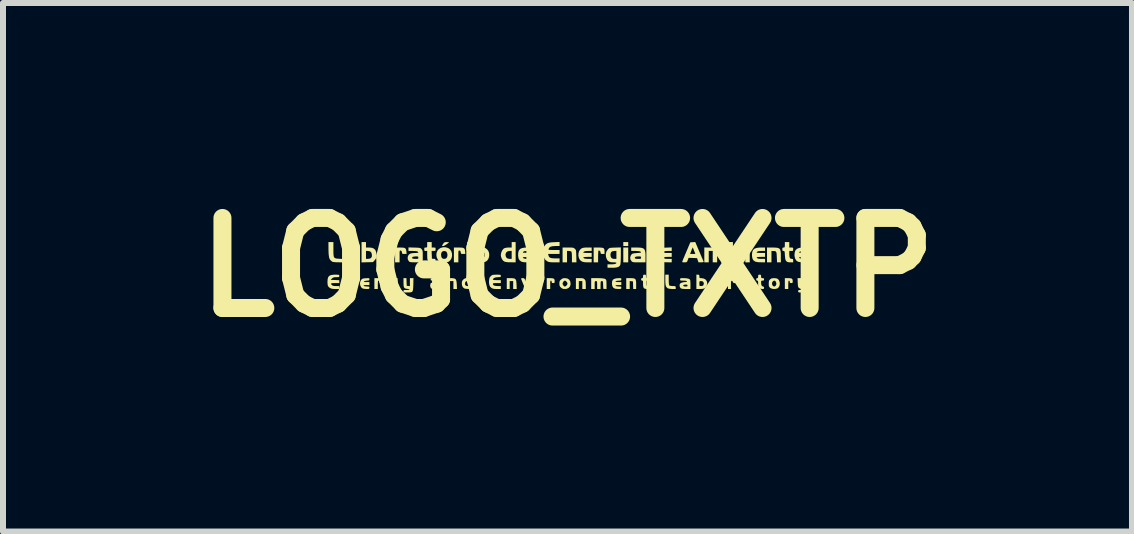
<source format=kicad_pcb>
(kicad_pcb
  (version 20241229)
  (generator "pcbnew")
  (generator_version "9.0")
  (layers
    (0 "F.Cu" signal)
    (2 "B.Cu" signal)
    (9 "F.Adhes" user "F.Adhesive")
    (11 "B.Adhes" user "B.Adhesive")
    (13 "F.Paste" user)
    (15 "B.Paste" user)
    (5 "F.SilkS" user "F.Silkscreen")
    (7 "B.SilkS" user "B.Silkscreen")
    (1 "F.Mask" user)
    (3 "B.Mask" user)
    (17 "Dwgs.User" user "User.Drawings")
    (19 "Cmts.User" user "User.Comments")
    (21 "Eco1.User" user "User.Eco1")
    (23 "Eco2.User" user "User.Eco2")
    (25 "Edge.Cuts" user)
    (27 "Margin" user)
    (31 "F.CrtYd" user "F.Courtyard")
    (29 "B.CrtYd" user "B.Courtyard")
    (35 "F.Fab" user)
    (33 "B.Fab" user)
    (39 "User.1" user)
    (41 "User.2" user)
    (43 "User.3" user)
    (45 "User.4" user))
  (footprint "LOGO_TXTP"
    (layer "F.Cu")
    (at 6.407 1.404)
    (property "Reference" "LOGO_TXTP" (at 0 0 0) (layer "F.SilkS") (effects (font (size 1.5 1.5) (thickness 0.3))))
    (attr board_only exclude_from_pos_files exclude_from_bom)
    (fp_poly (pts (xy -1.597 -0.387) (xy -1.597 -0.354) (xy -1.634 -0.354) (xy -1.671 -0.354) (xy -1.671 -0.387) (xy -1.671 -0.42) (xy -1.634 -0.42) (xy -1.597 -0.42)) (stroke (width 0) (type solid)) (fill yes) (layer "F.SilkS"))
    (fp_poly (pts (xy -1.597 -0.206) (xy -1.597 -0.082) (xy -1.634 -0.082) (xy -1.671 -0.082) (xy -1.671 -0.206) (xy -1.671 -0.329) (xy -1.634 -0.329) (xy -1.597 -0.329)) (stroke (width 0) (type solid)) (fill yes) (layer "F.SilkS"))
    (fp_poly (pts (xy -0.436 0.272) (xy -0.436 0.362) (xy -0.465 0.362) (xy -0.494 0.362) (xy -0.494 0.272) (xy -0.494 0.181) (xy -0.465 0.181) (xy -0.436 0.181)) (stroke (width 0) (type solid)) (fill yes) (layer "F.SilkS"))
    (fp_poly (pts (xy 1.012 -0.387) (xy 1.012 -0.354) (xy 0.971 -0.354) (xy 0.93 -0.354) (xy 0.93 -0.387) (xy 0.93 -0.42) (xy 0.971 -0.42) (xy 1.012 -0.42)) (stroke (width 0) (type solid)) (fill yes) (layer "F.SilkS"))
    (fp_poly (pts (xy 1.012 -0.206) (xy 1.012 -0.082) (xy 0.971 -0.082) (xy 0.93 -0.082) (xy 0.93 -0.206) (xy 0.93 -0.329) (xy 0.971 -0.329) (xy 1.012 -0.329)) (stroke (width 0) (type solid)) (fill yes) (layer "F.SilkS"))
    (fp_poly (pts (xy 3.037 -0.387) (xy 3.037 -0.354) (xy 3 -0.354) (xy 2.963 -0.354) (xy 2.963 -0.387) (xy 2.963 -0.42) (xy 3 -0.42) (xy 3.037 -0.42)) (stroke (width 0) (type solid)) (fill yes) (layer "F.SilkS"))
    (fp_poly (pts (xy 3.037 -0.206) (xy 3.037 -0.082) (xy 3 -0.082) (xy 2.963 -0.082) (xy 2.963 -0.206) (xy 2.963 -0.329) (xy 3 -0.329) (xy 3.037 -0.329)) (stroke (width 0) (type solid)) (fill yes) (layer "F.SilkS"))
    (fp_poly (pts (xy -0.446 0.117) (xy -0.438 0.124) (xy -0.436 0.142) (xy -0.436 0.144) (xy -0.438 0.163) (xy -0.445 0.171) (xy -0.463 0.173) (xy -0.465 0.173) (xy -0.484 0.172) (xy -0.492 0.164) (xy -0.494 0.146) (xy -0.494 0.144) (xy -0.493 0.125) (xy -0.485 0.117) (xy -0.467 0.115) (xy -0.465 0.115)) (stroke (width 0) (type solid)) (fill yes) (layer "F.SilkS"))
    (fp_poly (pts (xy -1.992 -0.419) (xy -1.978 -0.418) (xy -1.975 -0.417) (xy -1.982 -0.408) (xy -1.998 -0.395) (xy -2.02 -0.38) (xy -2.043 -0.366) (xy -2.062 -0.356) (xy -2.071 -0.354) (xy -2.086 -0.355) (xy -2.091 -0.358) (xy -2.087 -0.367) (xy -2.076 -0.384) (xy -2.072 -0.391) (xy -2.059 -0.409) (xy -2.045 -0.417) (xy -2.024 -0.42) (xy -2.014 -0.42)) (stroke (width 0) (type solid)) (fill yes) (layer "F.SilkS"))
    (fp_poly (pts (xy -3.606 0.182) (xy -3.578 0.187) (xy -3.561 0.198) (xy -3.552 0.218) (xy -3.548 0.25) (xy -3.547 0.284) (xy -3.547 0.362) (xy -3.572 0.362) (xy -3.596 0.362) (xy -3.599 0.298) (xy -3.601 0.235) (xy -3.628 0.232) (xy -3.654 0.229) (xy -3.654 0.296) (xy -3.654 0.362) (xy -3.683 0.362) (xy -3.712 0.362) (xy -3.712 0.272) (xy -3.712 0.181) (xy -3.648 0.181)) (stroke (width 0) (type solid)) (fill yes) (layer "F.SilkS"))
    (fp_poly (pts (xy -1.91 0.182) (xy -1.881 0.188) (xy -1.863 0.2) (xy -1.853 0.221) (xy -1.847 0.255) (xy -1.845 0.287) (xy -1.842 0.362) (xy -1.871 0.362) (xy -1.901 0.362) (xy -1.901 0.296) (xy -1.901 0.23) (xy -1.93 0.23) (xy -1.959 0.23) (xy -1.959 0.296) (xy -1.959 0.362) (xy -1.988 0.362) (xy -2.017 0.362) (xy -2.017 0.272) (xy -2.017 0.181) (xy -1.952 0.181)) (stroke (width 0) (type solid)) (fill yes) (layer "F.SilkS"))
    (fp_poly (pts (xy -0.911 0.182) (xy -0.883 0.188) (xy -0.865 0.201) (xy -0.855 0.224) (xy -0.851 0.258) (xy -0.849 0.287) (xy -0.846 0.362) (xy -0.876 0.362) (xy -0.905 0.362) (xy -0.905 0.296) (xy -0.905 0.23) (xy -0.934 0.23) (xy -0.963 0.23) (xy -0.963 0.296) (xy -0.963 0.362) (xy -0.988 0.362) (xy -1.012 0.362) (xy -1.012 0.272) (xy -1.012 0.181) (xy -0.952 0.181)) (stroke (width 0) (type solid)) (fill yes) (layer "F.SilkS"))
    (fp_poly (pts (xy 1.085 0.182) (xy 1.113 0.187) (xy 1.131 0.198) (xy 1.14 0.218) (xy 1.144 0.25) (xy 1.144 0.284) (xy 1.144 0.362) (xy 1.12 0.362) (xy 1.095 0.362) (xy 1.093 0.298) (xy 1.091 0.235) (xy 1.064 0.232) (xy 1.037 0.229) (xy 1.037 0.296) (xy 1.037 0.362) (xy 1.008 0.362) (xy 0.979 0.362) (xy 0.979 0.272) (xy 0.979 0.181) (xy 1.043 0.181)) (stroke (width 0) (type solid)) (fill yes) (layer "F.SilkS"))
    (fp_poly (pts (xy -3.163 0.181) (xy -3.133 0.182) (xy -3.109 0.185) (xy -3.096 0.188) (xy -3.088 0.2) (xy -3.082 0.222) (xy -3.081 0.229) (xy -3.076 0.263) (xy -3.106 0.263) (xy -3.126 0.262) (xy -3.134 0.256) (xy -3.136 0.243) (xy -3.14 0.226) (xy -3.148 0.222) (xy -3.154 0.225) (xy -3.158 0.236) (xy -3.16 0.258) (xy -3.161 0.292) (xy -3.161 0.362) (xy -3.189 0.362) (xy -3.218 0.362) (xy -3.218 0.272) (xy -3.218 0.181)) (stroke (width 0) (type solid)) (fill yes) (layer "F.SilkS"))
    (fp_poly (pts (xy -0.254 0.183) (xy -0.231 0.188) (xy -0.219 0.2) (xy -0.214 0.22) (xy -0.214 0.232) (xy -0.215 0.253) (xy -0.221 0.261) (xy -0.235 0.263) (xy -0.239 0.263) (xy -0.256 0.261) (xy -0.263 0.252) (xy -0.263 0.243) (xy -0.268 0.226) (xy -0.276 0.222) (xy -0.282 0.225) (xy -0.286 0.236) (xy -0.288 0.258) (xy -0.288 0.292) (xy -0.288 0.362) (xy -0.317 0.362) (xy -0.346 0.362) (xy -0.346 0.272) (xy -0.346 0.181) (xy -0.29 0.181)) (stroke (width 0) (type solid)) (fill yes) (layer "F.SilkS"))
    (fp_poly (pts (xy 0.235 0.182) (xy 0.256 0.184) (xy 0.271 0.19) (xy 0.283 0.2) (xy 0.284 0.201) (xy 0.294 0.213) (xy 0.3 0.226) (xy 0.303 0.244) (xy 0.304 0.273) (xy 0.305 0.292) (xy 0.305 0.362) (xy 0.276 0.362) (xy 0.247 0.362) (xy 0.247 0.296) (xy 0.247 0.23) (xy 0.218 0.23) (xy 0.189 0.23) (xy 0.189 0.296) (xy 0.189 0.362) (xy 0.165 0.362) (xy 0.14 0.362) (xy 0.14 0.272) (xy 0.14 0.181) (xy 0.202 0.181)) (stroke (width 0) (type solid)) (fill yes) (layer "F.SilkS"))
    (fp_poly (pts (xy 2.765 0.183) (xy 2.789 0.192) (xy 2.802 0.207) (xy 2.807 0.232) (xy 2.807 0.235) (xy 2.805 0.254) (xy 2.798 0.262) (xy 2.783 0.263) (xy 2.764 0.26) (xy 2.756 0.249) (xy 2.756 0.245) (xy 2.748 0.229) (xy 2.739 0.224) (xy 2.732 0.224) (xy 2.727 0.23) (xy 2.725 0.246) (xy 2.724 0.273) (xy 2.724 0.292) (xy 2.724 0.362) (xy 2.7 0.362) (xy 2.675 0.362) (xy 2.675 0.272) (xy 2.675 0.181) (xy 2.728 0.181)) (stroke (width 0) (type solid)) (fill yes) (layer "F.SilkS"))
    (fp_poly (pts (xy 3.713 0.183) (xy 3.736 0.188) (xy 3.748 0.2) (xy 3.753 0.22) (xy 3.753 0.232) (xy 3.752 0.253) (xy 3.746 0.261) (xy 3.732 0.263) (xy 3.729 0.263) (xy 3.711 0.261) (xy 3.704 0.252) (xy 3.704 0.243) (xy 3.7 0.226) (xy 3.691 0.222) (xy 3.685 0.225) (xy 3.682 0.236) (xy 3.68 0.258) (xy 3.679 0.292) (xy 3.679 0.362) (xy 3.65 0.362) (xy 3.622 0.362) (xy 3.622 0.272) (xy 3.622 0.181) (xy 3.677 0.181)) (stroke (width 0) (type solid)) (fill yes) (layer "F.SilkS"))
    (fp_poly (pts (xy 3.463 -0.328) (xy 3.5 -0.324) (xy 3.526 -0.315) (xy 3.542 -0.298) (xy 3.551 -0.271) (xy 3.555 -0.232) (xy 3.555 -0.183) (xy 3.556 -0.082) (xy 3.524 -0.082) (xy 3.492 -0.082) (xy 3.488 -0.169) (xy 3.486 -0.212) (xy 3.483 -0.24) (xy 3.476 -0.258) (xy 3.465 -0.267) (xy 3.448 -0.271) (xy 3.43 -0.271) (xy 3.399 -0.272) (xy 3.399 -0.177) (xy 3.399 -0.082) (xy 3.362 -0.082) (xy 3.325 -0.082) (xy 3.325 -0.206) (xy 3.325 -0.329) (xy 3.412 -0.329)) (stroke (width 0) (type solid)) (fill yes) (layer "F.SilkS"))
    (fp_poly (pts (xy 0.557 -0.328) (xy 0.586 -0.324) (xy 0.604 -0.316) (xy 0.613 -0.301) (xy 0.617 -0.278) (xy 0.617 -0.263) (xy 0.617 -0.222) (xy 0.584 -0.222) (xy 0.563 -0.223) (xy 0.554 -0.229) (xy 0.552 -0.241) (xy 0.551 -0.246) (xy 0.545 -0.268) (xy 0.527 -0.279) (xy 0.518 -0.28) (xy 0.515 -0.272) (xy 0.513 -0.251) (xy 0.511 -0.22) (xy 0.51 -0.182) (xy 0.51 -0.181) (xy 0.51 -0.082) (xy 0.473 -0.082) (xy 0.436 -0.082) (xy 0.436 -0.206) (xy 0.436 -0.329) (xy 0.514 -0.329)) (stroke (width 0) (type solid)) (fill yes) (layer "F.SilkS"))
    (fp_poly (pts (xy -2.752 -0.328) (xy -2.723 -0.325) (xy -2.704 -0.316) (xy -2.693 -0.302) (xy -2.687 -0.28) (xy -2.685 -0.265) (xy -2.681 -0.222) (xy -2.719 -0.222) (xy -2.742 -0.223) (xy -2.753 -0.227) (xy -2.758 -0.238) (xy -2.759 -0.249) (xy -2.764 -0.269) (xy -2.775 -0.277) (xy -2.78 -0.278) (xy -2.788 -0.279) (xy -2.793 -0.276) (xy -2.796 -0.268) (xy -2.798 -0.25) (xy -2.798 -0.222) (xy -2.798 -0.182) (xy -2.798 -0.082) (xy -2.835 -0.082) (xy -2.873 -0.082) (xy -2.873 -0.206) (xy -2.873 -0.329) (xy -2.796 -0.329)) (stroke (width 0) (type solid)) (fill yes) (layer "F.SilkS"))
    (fp_poly (pts (xy -1.773 -0.328) (xy -1.743 -0.325) (xy -1.724 -0.316) (xy -1.713 -0.302) (xy -1.708 -0.28) (xy -1.706 -0.265) (xy -1.702 -0.222) (xy -1.739 -0.222) (xy -1.762 -0.223) (xy -1.774 -0.227) (xy -1.778 -0.238) (xy -1.779 -0.249) (xy -1.784 -0.269) (xy -1.796 -0.277) (xy -1.8 -0.278) (xy -1.808 -0.279) (xy -1.813 -0.276) (xy -1.817 -0.268) (xy -1.818 -0.25) (xy -1.819 -0.222) (xy -1.819 -0.182) (xy -1.819 -0.082) (xy -1.856 -0.082) (xy -1.893 -0.082) (xy -1.893 -0.206) (xy -1.893 -0.329) (xy -1.816 -0.329)) (stroke (width 0) (type solid)) (fill yes) (layer "F.SilkS"))
    (fp_poly (pts (xy 1.687 0.208) (xy 1.688 0.254) (xy 1.691 0.286) (xy 1.696 0.302) (xy 1.697 0.303) (xy 1.71 0.308) (xy 1.734 0.312) (xy 1.755 0.313) (xy 1.782 0.313) (xy 1.796 0.316) (xy 1.801 0.322) (xy 1.803 0.335) (xy 1.803 0.337) (xy 1.803 0.362) (xy 1.747 0.362) (xy 1.715 0.36) (xy 1.688 0.356) (xy 1.672 0.351) (xy 1.655 0.338) (xy 1.643 0.322) (xy 1.635 0.298) (xy 1.631 0.263) (xy 1.63 0.216) (xy 1.63 0.212) (xy 1.63 0.123) (xy 1.658 0.123) (xy 1.687 0.123)) (stroke (width 0) (type solid)) (fill yes) (layer "F.SilkS"))
    (fp_poly (pts (xy -3.901 -0.298) (xy -3.901 -0.245) (xy -3.899 -0.206) (xy -3.895 -0.179) (xy -3.886 -0.161) (xy -3.871 -0.151) (xy -3.849 -0.145) (xy -3.819 -0.143) (xy -3.807 -0.142) (xy -3.745 -0.138) (xy -3.745 -0.11) (xy -3.745 -0.082) (xy -3.821 -0.083) (xy -3.857 -0.084) (xy -3.887 -0.086) (xy -3.909 -0.089) (xy -3.914 -0.09) (xy -3.931 -0.101) (xy -3.949 -0.117) (xy -3.95 -0.118) (xy -3.962 -0.135) (xy -3.971 -0.158) (xy -3.977 -0.189) (xy -3.981 -0.231) (xy -3.983 -0.286) (xy -3.983 -0.323) (xy -3.984 -0.42) (xy -3.943 -0.42) (xy -3.901 -0.42)) (stroke (width 0) (type solid)) (fill yes) (layer "F.SilkS"))
    (fp_poly (pts (xy 0.048 -0.329) (xy 0.075 -0.328) (xy 0.094 -0.325) (xy 0.107 -0.32) (xy 0.118 -0.312) (xy 0.121 -0.309) (xy 0.131 -0.301) (xy 0.137 -0.291) (xy 0.141 -0.279) (xy 0.144 -0.259) (xy 0.145 -0.23) (xy 0.147 -0.187) (xy 0.147 -0.186) (xy 0.149 -0.082) (xy 0.112 -0.082) (xy 0.074 -0.082) (xy 0.074 -0.167) (xy 0.073 -0.213) (xy 0.07 -0.244) (xy 0.065 -0.261) (xy 0.064 -0.262) (xy 0.05 -0.268) (xy 0.027 -0.272) (xy 0.023 -0.272) (xy -0.008 -0.272) (xy -0.008 -0.177) (xy -0.008 -0.082) (xy -0.045 -0.082) (xy -0.082 -0.082) (xy -0.082 -0.206) (xy -0.082 -0.329) (xy 0.008 -0.329)) (stroke (width 0) (type solid)) (fill yes) (layer "F.SilkS"))
    (fp_poly (pts (xy -3.358 -0.374) (xy -3.358 -0.329) (xy -3.308 -0.329) (xy -3.261 -0.325) (xy -3.226 -0.311) (xy -3.202 -0.287) (xy -3.188 -0.251) (xy -3.183 -0.202) (xy -3.184 -0.175) (xy -3.193 -0.144) (xy -3.213 -0.117) (xy -3.242 -0.086) (xy -3.337 -0.084) (xy -3.432 -0.081) (xy -3.432 -0.25) (xy -3.432 -0.272) (xy -3.358 -0.272) (xy -3.358 -0.206) (xy -3.358 -0.14) (xy -3.327 -0.14) (xy -3.301 -0.143) (xy -3.279 -0.152) (xy -3.278 -0.153) (xy -3.265 -0.166) (xy -3.26 -0.186) (xy -3.259 -0.202) (xy -3.265 -0.237) (xy -3.281 -0.26) (xy -3.308 -0.27) (xy -3.325 -0.272) (xy -3.358 -0.272) (xy -3.432 -0.272) (xy -3.432 -0.42) (xy -3.395 -0.42) (xy -3.358 -0.42)) (stroke (width 0) (type solid)) (fill yes) (layer "F.SilkS"))
    (fp_poly (pts (xy 2.436 -0.328) (xy 2.497 -0.327) (xy 2.544 -0.325) (xy 2.578 -0.321) (xy 2.602 -0.314) (xy 2.617 -0.301) (xy 2.626 -0.282) (xy 2.63 -0.255) (xy 2.632 -0.219) (xy 2.632 -0.185) (xy 2.635 -0.082) (xy 2.597 -0.082) (xy 2.56 -0.082) (xy 2.56 -0.167) (xy 2.559 -0.211) (xy 2.556 -0.24) (xy 2.55 -0.258) (xy 2.54 -0.268) (xy 2.525 -0.271) (xy 2.517 -0.272) (xy 2.494 -0.272) (xy 2.494 -0.177) (xy 2.494 -0.082) (xy 2.457 -0.082) (xy 2.42 -0.082) (xy 2.42 -0.177) (xy 2.42 -0.272) (xy 2.387 -0.272) (xy 2.354 -0.272) (xy 2.354 -0.177) (xy 2.354 -0.082) (xy 2.317 -0.082) (xy 2.28 -0.082) (xy 2.28 -0.206) (xy 2.28 -0.33)) (stroke (width 0) (type solid)) (fill yes) (layer "F.SilkS"))
    (fp_poly (pts (xy -0.864 -0.251) (xy -0.864 -0.082) (xy -0.944 -0.083) (xy -0.993 -0.084) (xy -1.03 -0.089) (xy -1.052 -0.095) (xy -1.076 -0.113) (xy -1.095 -0.142) (xy -1.108 -0.178) (xy -1.111 -0.206) (xy -1.033 -0.206) (xy -1.026 -0.173) (xy -1.008 -0.151) (xy -0.978 -0.141) (xy -0.962 -0.14) (xy -0.93 -0.14) (xy -0.93 -0.206) (xy -0.93 -0.272) (xy -0.962 -0.272) (xy -0.997 -0.266) (xy -1.02 -0.249) (xy -1.032 -0.221) (xy -1.033 -0.206) (xy -1.111 -0.206) (xy -1.105 -0.241) (xy -1.091 -0.276) (xy -1.071 -0.304) (xy -1.055 -0.316) (xy -1.03 -0.324) (xy -0.996 -0.329) (xy -0.98 -0.329) (xy -0.93 -0.329) (xy -0.93 -0.374) (xy -0.93 -0.42) (xy -0.897 -0.42) (xy -0.864 -0.42)) (stroke (width 0) (type solid)) (fill yes) (layer "F.SilkS"))
    (fp_poly (pts (xy -1.589 0.243) (xy -1.589 0.362) (xy -1.644 0.362) (xy -1.675 0.36) (xy -1.702 0.357) (xy -1.717 0.354) (xy -1.742 0.335) (xy -1.757 0.305) (xy -1.76 0.281) (xy -1.709 0.281) (xy -1.7 0.301) (xy -1.679 0.312) (xy -1.667 0.313) (xy -1.638 0.313) (xy -1.638 0.272) (xy -1.638 0.23) (xy -1.667 0.23) (xy -1.688 0.233) (xy -1.7 0.243) (xy -1.704 0.253) (xy -1.709 0.281) (xy -1.76 0.281) (xy -1.761 0.269) (xy -1.759 0.241) (xy -1.751 0.222) (xy -1.737 0.205) (xy -1.717 0.189) (xy -1.696 0.182) (xy -1.676 0.181) (xy -1.653 0.18) (xy -1.642 0.176) (xy -1.638 0.166) (xy -1.638 0.152) (xy -1.637 0.133) (xy -1.63 0.125) (xy -1.613 0.123) (xy -1.589 0.123)) (stroke (width 0) (type solid)) (fill yes) (layer "F.SilkS"))
    (fp_poly (pts (xy 2.757 -0.374) (xy 2.757 -0.329) (xy 2.805 -0.329) (xy 2.835 -0.327) (xy 2.861 -0.323) (xy 2.872 -0.319) (xy 2.901 -0.296) (xy 2.92 -0.263) (xy 2.929 -0.225) (xy 2.929 -0.185) (xy 2.919 -0.147) (xy 2.899 -0.115) (xy 2.879 -0.099) (xy 2.863 -0.091) (xy 2.845 -0.086) (xy 2.819 -0.083) (xy 2.782 -0.082) (xy 2.768 -0.082) (xy 2.683 -0.082) (xy 2.683 -0.251) (xy 2.683 -0.272) (xy 2.757 -0.272) (xy 2.757 -0.206) (xy 2.757 -0.14) (xy 2.79 -0.14) (xy 2.824 -0.146) (xy 2.84 -0.156) (xy 2.853 -0.182) (xy 2.856 -0.205) (xy 2.849 -0.237) (xy 2.829 -0.259) (xy 2.799 -0.271) (xy 2.785 -0.272) (xy 2.757 -0.272) (xy 2.683 -0.272) (xy 2.683 -0.42) (xy 2.72 -0.42) (xy 2.757 -0.42)) (stroke (width 0) (type solid)) (fill yes) (layer "F.SilkS"))
    (fp_poly (pts (xy -0.73 0.182) (xy -0.719 0.188) (xy -0.71 0.202) (xy -0.7 0.228) (xy -0.699 0.228) (xy -0.689 0.254) (xy -0.68 0.274) (xy -0.675 0.282) (xy -0.67 0.278) (xy -0.66 0.263) (xy -0.649 0.238) (xy -0.649 0.237) (xy -0.637 0.209) (xy -0.627 0.194) (xy -0.617 0.186) (xy -0.602 0.183) (xy -0.597 0.183) (xy -0.576 0.182) (xy -0.569 0.187) (xy -0.57 0.191) (xy -0.575 0.203) (xy -0.585 0.226) (xy -0.599 0.256) (xy -0.61 0.282) (xy -0.625 0.317) (xy -0.637 0.341) (xy -0.646 0.354) (xy -0.654 0.36) (xy -0.665 0.362) (xy -0.674 0.362) (xy -0.704 0.362) (xy -0.739 0.277) (xy -0.753 0.243) (xy -0.764 0.214) (xy -0.772 0.194) (xy -0.774 0.187) (xy -0.766 0.183) (xy -0.749 0.181) (xy -0.746 0.181)) (stroke (width 0) (type solid)) (fill yes) (layer "F.SilkS"))
    (fp_poly (pts (xy 3.478 0.184) (xy 3.503 0.193) (xy 3.521 0.212) (xy 3.527 0.222) (xy 3.537 0.256) (xy 3.537 0.29) (xy 3.527 0.322) (xy 3.508 0.346) (xy 3.493 0.354) (xy 3.456 0.362) (xy 3.418 0.36) (xy 3.386 0.349) (xy 3.377 0.342) (xy 3.364 0.329) (xy 3.357 0.315) (xy 3.354 0.294) (xy 3.354 0.272) (xy 3.408 0.272) (xy 3.413 0.296) (xy 3.427 0.314) (xy 3.445 0.321) (xy 3.459 0.316) (xy 3.469 0.308) (xy 3.479 0.288) (xy 3.48 0.265) (xy 3.473 0.242) (xy 3.459 0.226) (xy 3.445 0.222) (xy 3.427 0.23) (xy 3.413 0.248) (xy 3.408 0.272) (xy 3.354 0.272) (xy 3.355 0.242) (xy 3.359 0.224) (xy 3.367 0.211) (xy 3.377 0.201) (xy 3.398 0.187) (xy 3.424 0.182) (xy 3.441 0.181)) (stroke (width 0) (type solid)) (fill yes) (layer "F.SilkS"))
    (fp_poly (pts (xy -2.682 0.245) (xy -2.679 0.309) (xy -2.652 0.311) (xy -2.626 0.314) (xy -2.626 0.247) (xy -2.626 0.181) (xy -2.596 0.181) (xy -2.567 0.181) (xy -2.569 0.289) (xy -2.571 0.338) (xy -2.574 0.373) (xy -2.58 0.396) (xy -2.591 0.41) (xy -2.609 0.417) (xy -2.636 0.419) (xy -2.668 0.42) (xy -2.701 0.42) (xy -2.72 0.418) (xy -2.729 0.414) (xy -2.732 0.407) (xy -2.733 0.399) (xy -2.732 0.388) (xy -2.726 0.382) (xy -2.711 0.379) (xy -2.685 0.379) (xy -2.684 0.379) (xy -2.653 0.377) (xy -2.635 0.374) (xy -2.632 0.369) (xy -2.642 0.364) (xy -2.668 0.36) (xy -2.695 0.356) (xy -2.714 0.348) (xy -2.725 0.333) (xy -2.731 0.308) (xy -2.732 0.27) (xy -2.733 0.254) (xy -2.733 0.181) (xy -2.708 0.181) (xy -2.684 0.181)) (stroke (width 0) (type solid)) (fill yes) (layer "F.SilkS"))
    (fp_poly (pts (xy -0.002 0.187) (xy 0.028 0.206) (xy 0.046 0.236) (xy 0.048 0.243) (xy 0.052 0.283) (xy 0.042 0.318) (xy 0.019 0.344) (xy -0.014 0.359) (xy -0.042 0.362) (xy -0.071 0.36) (xy -0.093 0.351) (xy -0.108 0.339) (xy -0.124 0.322) (xy -0.132 0.306) (xy -0.135 0.283) (xy -0.135 0.272) (xy -0.082 0.272) (xy -0.077 0.29) (xy -0.065 0.308) (xy -0.051 0.32) (xy -0.045 0.321) (xy -0.031 0.316) (xy -0.016 0.305) (xy -0.004 0.287) (xy 0 0.272) (xy -0.006 0.253) (xy -0.021 0.235) (xy -0.038 0.223) (xy -0.045 0.222) (xy -0.059 0.229) (xy -0.072 0.245) (xy -0.081 0.264) (xy -0.082 0.272) (xy -0.135 0.272) (xy -0.134 0.244) (xy -0.128 0.226) (xy -0.115 0.211) (xy -0.108 0.205) (xy -0.087 0.189) (xy -0.064 0.182) (xy -0.042 0.181)) (stroke (width 0) (type solid)) (fill yes) (layer "F.SilkS"))
    (fp_poly (pts (xy 2.189 0.125) (xy 2.196 0.133) (xy 2.198 0.152) (xy 2.199 0.171) (xy 2.205 0.179) (xy 2.221 0.181) (xy 2.231 0.181) (xy 2.272 0.188) (xy 2.303 0.206) (xy 2.322 0.234) (xy 2.329 0.268) (xy 2.32 0.307) (xy 2.317 0.317) (xy 2.302 0.338) (xy 2.282 0.352) (xy 2.252 0.36) (xy 2.209 0.362) (xy 2.205 0.362) (xy 2.148 0.362) (xy 2.148 0.272) (xy 2.198 0.272) (xy 2.198 0.296) (xy 2.201 0.308) (xy 2.21 0.312) (xy 2.225 0.313) (xy 2.247 0.31) (xy 2.262 0.303) (xy 2.262 0.303) (xy 2.269 0.287) (xy 2.272 0.272) (xy 2.266 0.247) (xy 2.249 0.234) (xy 2.225 0.23) (xy 2.209 0.231) (xy 2.201 0.236) (xy 2.198 0.25) (xy 2.198 0.272) (xy 2.148 0.272) (xy 2.148 0.243) (xy 2.148 0.123) (xy 2.173 0.123)) (stroke (width 0) (type solid)) (fill yes) (layer "F.SilkS"))
    (fp_poly (pts (xy 0.403 -0.3) (xy 0.403 -0.272) (xy 0.343 -0.272) (xy 0.302 -0.27) (xy 0.277 -0.263) (xy 0.265 -0.252) (xy 0.263 -0.245) (xy 0.271 -0.242) (xy 0.291 -0.24) (xy 0.32 -0.239) (xy 0.333 -0.239) (xy 0.403 -0.239) (xy 0.403 -0.206) (xy 0.403 -0.173) (xy 0.333 -0.173) (xy 0.302 -0.172) (xy 0.278 -0.17) (xy 0.265 -0.167) (xy 0.263 -0.166) (xy 0.27 -0.153) (xy 0.289 -0.144) (xy 0.324 -0.14) (xy 0.343 -0.14) (xy 0.403 -0.14) (xy 0.403 -0.111) (xy 0.403 -0.082) (xy 0.335 -0.082) (xy 0.29 -0.084) (xy 0.257 -0.09) (xy 0.239 -0.097) (xy 0.21 -0.119) (xy 0.191 -0.152) (xy 0.182 -0.19) (xy 0.183 -0.229) (xy 0.193 -0.267) (xy 0.214 -0.298) (xy 0.232 -0.313) (xy 0.25 -0.321) (xy 0.272 -0.326) (xy 0.302 -0.329) (xy 0.331 -0.329) (xy 0.403 -0.329)) (stroke (width 0) (type solid)) (fill yes) (layer "F.SilkS"))
    (fp_poly (pts (xy 3.292 -0.3) (xy 3.292 -0.272) (xy 3.232 -0.272) (xy 3.191 -0.27) (xy 3.166 -0.263) (xy 3.154 -0.252) (xy 3.152 -0.245) (xy 3.16 -0.242) (xy 3.18 -0.24) (xy 3.209 -0.239) (xy 3.222 -0.239) (xy 3.292 -0.239) (xy 3.292 -0.206) (xy 3.292 -0.173) (xy 3.222 -0.173) (xy 3.191 -0.172) (xy 3.167 -0.17) (xy 3.154 -0.167) (xy 3.152 -0.166) (xy 3.159 -0.153) (xy 3.178 -0.144) (xy 3.212 -0.14) (xy 3.232 -0.14) (xy 3.292 -0.14) (xy 3.292 -0.111) (xy 3.292 -0.082) (xy 3.224 -0.083) (xy 3.186 -0.084) (xy 3.153 -0.088) (xy 3.131 -0.094) (xy 3.13 -0.094) (xy 3.102 -0.112) (xy 3.084 -0.139) (xy 3.076 -0.177) (xy 3.074 -0.206) (xy 3.078 -0.25) (xy 3.09 -0.284) (xy 3.112 -0.307) (xy 3.146 -0.321) (xy 3.192 -0.328) (xy 3.226 -0.329) (xy 3.292 -0.329)) (stroke (width 0) (type solid)) (fill yes) (layer "F.SilkS"))
    (fp_poly (pts (xy 3.893 0.247) (xy 3.893 0.313) (xy 3.922 0.313) (xy 3.951 0.313) (xy 3.951 0.247) (xy 3.951 0.181) (xy 3.975 0.181) (xy 4 0.181) (xy 4 0.287) (xy 4 0.336) (xy 3.998 0.372) (xy 3.992 0.395) (xy 3.981 0.41) (xy 3.964 0.417) (xy 3.937 0.419) (xy 3.907 0.42) (xy 3.875 0.42) (xy 3.856 0.418) (xy 3.847 0.414) (xy 3.844 0.407) (xy 3.844 0.399) (xy 3.845 0.388) (xy 3.851 0.382) (xy 3.865 0.379) (xy 3.892 0.379) (xy 3.893 0.379) (xy 3.92 0.377) (xy 3.939 0.374) (xy 3.947 0.37) (xy 3.943 0.365) (xy 3.925 0.362) (xy 3.915 0.362) (xy 3.879 0.357) (xy 3.859 0.346) (xy 3.85 0.337) (xy 3.844 0.325) (xy 3.84 0.307) (xy 3.838 0.278) (xy 3.837 0.256) (xy 3.834 0.181) (xy 3.864 0.181) (xy 3.893 0.181)) (stroke (width 0) (type solid)) (fill yes) (layer "F.SilkS"))
    (fp_poly (pts (xy 4 -0.3) (xy 4 -0.272) (xy 3.946 -0.272) (xy 3.905 -0.269) (xy 3.877 -0.263) (xy 3.862 -0.253) (xy 3.86 -0.247) (xy 3.868 -0.243) (xy 3.888 -0.24) (xy 3.919 -0.239) (xy 3.93 -0.239) (xy 4 -0.239) (xy 4 -0.206) (xy 4 -0.173) (xy 3.93 -0.173) (xy 3.899 -0.172) (xy 3.874 -0.17) (xy 3.861 -0.167) (xy 3.86 -0.166) (xy 3.867 -0.153) (xy 3.886 -0.144) (xy 3.92 -0.14) (xy 3.94 -0.14) (xy 4 -0.14) (xy 4 -0.111) (xy 4 -0.082) (xy 3.932 -0.083) (xy 3.894 -0.084) (xy 3.861 -0.088) (xy 3.838 -0.094) (xy 3.838 -0.094) (xy 3.81 -0.115) (xy 3.792 -0.149) (xy 3.783 -0.193) (xy 3.783 -0.206) (xy 3.787 -0.251) (xy 3.8 -0.284) (xy 3.824 -0.308) (xy 3.86 -0.322) (xy 3.909 -0.329) (xy 3.934 -0.329) (xy 4 -0.329)) (stroke (width 0) (type solid)) (fill yes) (layer "F.SilkS"))
    (fp_poly (pts (xy -3.015 -0.333) (xy -2.978 -0.324) (xy -2.945 -0.305) (xy -2.92 -0.277) (xy -2.905 -0.241) (xy -2.902 -0.196) (xy -2.911 -0.153) (xy -2.931 -0.117) (xy -2.961 -0.092) (xy -2.963 -0.091) (xy -2.985 -0.084) (xy -3.017 -0.079) (xy -3.05 -0.079) (xy -3.077 -0.082) (xy -3.077 -0.082) (xy -3.114 -0.099) (xy -3.141 -0.128) (xy -3.158 -0.166) (xy -3.163 -0.206) (xy -3.087 -0.206) (xy -3.081 -0.172) (xy -3.065 -0.15) (xy -3.041 -0.14) (xy -3.035 -0.14) (xy -3.012 -0.144) (xy -2.995 -0.154) (xy -2.983 -0.173) (xy -2.98 -0.204) (xy -2.984 -0.239) (xy -2.999 -0.261) (xy -3.024 -0.271) (xy -3.034 -0.272) (xy -3.061 -0.265) (xy -3.079 -0.245) (xy -3.086 -0.213) (xy -3.087 -0.206) (xy -3.163 -0.206) (xy -3.163 -0.211) (xy -3.16 -0.24) (xy -3.146 -0.277) (xy -3.122 -0.305) (xy -3.09 -0.324) (xy -3.053 -0.333)) (stroke (width 0) (type solid)) (fill yes) (layer "F.SilkS"))
    (fp_poly (pts (xy -2.031 -0.333) (xy -1.99 -0.321) (xy -1.961 -0.301) (xy -1.937 -0.269) (xy -1.925 -0.23) (xy -1.924 -0.189) (xy -1.933 -0.15) (xy -1.954 -0.115) (xy -1.984 -0.091) (xy -2.006 -0.084) (xy -2.037 -0.079) (xy -2.07 -0.079) (xy -2.098 -0.082) (xy -2.098 -0.082) (xy -2.133 -0.098) (xy -2.16 -0.126) (xy -2.178 -0.161) (xy -2.185 -0.2) (xy -2.185 -0.207) (xy -2.107 -0.207) (xy -2.102 -0.172) (xy -2.088 -0.15) (xy -2.063 -0.14) (xy -2.053 -0.14) (xy -2.026 -0.146) (xy -2.013 -0.158) (xy -2.004 -0.179) (xy -2 -0.205) (xy -2 -0.206) (xy -2.006 -0.239) (xy -2.021 -0.262) (xy -2.046 -0.271) (xy -2.051 -0.272) (xy -2.081 -0.266) (xy -2.099 -0.248) (xy -2.107 -0.218) (xy -2.107 -0.207) (xy -2.185 -0.207) (xy -2.182 -0.24) (xy -2.167 -0.277) (xy -2.15 -0.298) (xy -2.116 -0.322) (xy -2.075 -0.333)) (stroke (width 0) (type solid)) (fill yes) (layer "F.SilkS"))
    (fp_poly (pts (xy 0.551 0.182) (xy 0.589 0.185) (xy 0.615 0.19) (xy 0.633 0.198) (xy 0.644 0.209) (xy 0.647 0.221) (xy 0.649 0.245) (xy 0.65 0.277) (xy 0.65 0.291) (xy 0.65 0.363) (xy 0.623 0.361) (xy 0.597 0.358) (xy 0.594 0.294) (xy 0.593 0.262) (xy 0.591 0.243) (xy 0.586 0.234) (xy 0.579 0.231) (xy 0.572 0.23) (xy 0.562 0.231) (xy 0.556 0.236) (xy 0.553 0.247) (xy 0.552 0.269) (xy 0.551 0.296) (xy 0.551 0.362) (xy 0.523 0.362) (xy 0.494 0.362) (xy 0.494 0.296) (xy 0.494 0.264) (xy 0.492 0.244) (xy 0.489 0.234) (xy 0.482 0.231) (xy 0.473 0.23) (xy 0.463 0.231) (xy 0.457 0.236) (xy 0.454 0.247) (xy 0.453 0.269) (xy 0.453 0.296) (xy 0.453 0.362) (xy 0.424 0.362) (xy 0.395 0.362) (xy 0.395 0.272) (xy 0.395 0.181) (xy 0.498 0.181)) (stroke (width 0) (type solid)) (fill yes) (layer "F.SilkS"))
    (fp_poly (pts (xy -1.409 -0.333) (xy -1.368 -0.32) (xy -1.339 -0.299) (xy -1.316 -0.267) (xy -1.305 -0.228) (xy -1.305 -0.187) (xy -1.315 -0.148) (xy -1.335 -0.115) (xy -1.357 -0.097) (xy -1.389 -0.085) (xy -1.428 -0.079) (xy -1.466 -0.08) (xy -1.482 -0.083) (xy -1.52 -0.101) (xy -1.546 -0.129) (xy -1.56 -0.167) (xy -1.562 -0.206) (xy -1.49 -0.206) (xy -1.486 -0.18) (xy -1.477 -0.159) (xy -1.477 -0.158) (xy -1.458 -0.144) (xy -1.433 -0.14) (xy -1.408 -0.147) (xy -1.395 -0.156) (xy -1.384 -0.179) (xy -1.381 -0.206) (xy -1.386 -0.24) (xy -1.403 -0.262) (xy -1.43 -0.271) (xy -1.437 -0.272) (xy -1.464 -0.265) (xy -1.482 -0.245) (xy -1.49 -0.213) (xy -1.49 -0.206) (xy -1.562 -0.206) (xy -1.562 -0.216) (xy -1.562 -0.22) (xy -1.559 -0.251) (xy -1.554 -0.27) (xy -1.544 -0.286) (xy -1.53 -0.3) (xy -1.494 -0.323) (xy -1.452 -0.334)) (stroke (width 0) (type solid)) (fill yes) (layer "F.SilkS"))
    (fp_poly (pts (xy -0.601 -0.3) (xy -0.601 -0.272) (xy -0.662 -0.272) (xy -0.697 -0.271) (xy -0.72 -0.267) (xy -0.734 -0.26) (xy -0.738 -0.257) (xy -0.743 -0.25) (xy -0.743 -0.246) (xy -0.733 -0.243) (xy -0.712 -0.242) (xy -0.677 -0.24) (xy -0.676 -0.24) (xy -0.601 -0.238) (xy -0.601 -0.206) (xy -0.601 -0.173) (xy -0.676 -0.171) (xy -0.712 -0.17) (xy -0.733 -0.168) (xy -0.743 -0.166) (xy -0.743 -0.161) (xy -0.738 -0.154) (xy -0.738 -0.154) (xy -0.725 -0.146) (xy -0.706 -0.142) (xy -0.675 -0.14) (xy -0.662 -0.14) (xy -0.601 -0.14) (xy -0.601 -0.111) (xy -0.601 -0.082) (xy -0.673 -0.082) (xy -0.722 -0.084) (xy -0.756 -0.09) (xy -0.772 -0.096) (xy -0.798 -0.116) (xy -0.815 -0.144) (xy -0.822 -0.184) (xy -0.823 -0.206) (xy -0.82 -0.25) (xy -0.808 -0.284) (xy -0.787 -0.307) (xy -0.754 -0.321) (xy -0.709 -0.328) (xy -0.672 -0.329) (xy -0.601 -0.329)) (stroke (width 0) (type solid)) (fill yes) (layer "F.SilkS"))
    (fp_poly (pts (xy -2.263 -0.374) (xy -2.263 -0.329) (xy -2.231 -0.329) (xy -2.209 -0.328) (xy -2.2 -0.323) (xy -2.198 -0.309) (xy -2.198 -0.3) (xy -2.199 -0.282) (xy -2.205 -0.274) (xy -2.221 -0.272) (xy -2.231 -0.272) (xy -2.264 -0.272) (xy -2.262 -0.208) (xy -2.259 -0.144) (xy -2.228 -0.141) (xy -2.208 -0.139) (xy -2.2 -0.131) (xy -2.198 -0.115) (xy -2.198 -0.111) (xy -2.198 -0.082) (xy -2.247 -0.082) (xy -2.278 -0.083) (xy -2.297 -0.088) (xy -2.312 -0.098) (xy -2.317 -0.103) (xy -2.327 -0.114) (xy -2.333 -0.126) (xy -2.336 -0.144) (xy -2.337 -0.171) (xy -2.338 -0.197) (xy -2.338 -0.272) (xy -2.362 -0.272) (xy -2.379 -0.273) (xy -2.386 -0.281) (xy -2.387 -0.3) (xy -2.386 -0.32) (xy -2.379 -0.328) (xy -2.362 -0.329) (xy -2.348 -0.33) (xy -2.341 -0.335) (xy -2.338 -0.348) (xy -2.338 -0.374) (xy -2.338 -0.374) (xy -2.338 -0.42) (xy -2.3 -0.42) (xy -2.263 -0.42)) (stroke (width 0) (type solid)) (fill yes) (layer "F.SilkS"))
    (fp_poly (pts (xy 1.301 0.125) (xy 1.307 0.133) (xy 1.309 0.152) (xy 1.31 0.172) (xy 1.317 0.18) (xy 1.333 0.181) (xy 1.351 0.183) (xy 1.357 0.193) (xy 1.358 0.202) (xy 1.355 0.216) (xy 1.344 0.222) (xy 1.333 0.222) (xy 1.319 0.223) (xy 1.311 0.229) (xy 1.309 0.244) (xy 1.309 0.262) (xy 1.312 0.295) (xy 1.323 0.314) (xy 1.341 0.321) (xy 1.343 0.321) (xy 1.355 0.327) (xy 1.358 0.342) (xy 1.356 0.354) (xy 1.349 0.36) (xy 1.33 0.362) (xy 1.322 0.362) (xy 1.29 0.358) (xy 1.273 0.347) (xy 1.264 0.331) (xy 1.26 0.305) (xy 1.259 0.277) (xy 1.259 0.248) (xy 1.257 0.231) (xy 1.252 0.224) (xy 1.243 0.222) (xy 1.243 0.222) (xy 1.23 0.217) (xy 1.226 0.202) (xy 1.23 0.186) (xy 1.243 0.181) (xy 1.254 0.178) (xy 1.259 0.165) (xy 1.259 0.152) (xy 1.261 0.133) (xy 1.268 0.125) (xy 1.284 0.123)) (stroke (width 0) (type solid)) (fill yes) (layer "F.SilkS"))
    (fp_poly (pts (xy 3.218 0.125) (xy 3.225 0.133) (xy 3.226 0.152) (xy 3.228 0.172) (xy 3.235 0.18) (xy 3.251 0.181) (xy 3.269 0.183) (xy 3.275 0.193) (xy 3.276 0.202) (xy 3.273 0.216) (xy 3.262 0.222) (xy 3.251 0.222) (xy 3.235 0.223) (xy 3.228 0.23) (xy 3.226 0.248) (xy 3.226 0.256) (xy 3.23 0.291) (xy 3.241 0.313) (xy 3.259 0.321) (xy 3.26 0.321) (xy 3.272 0.326) (xy 3.276 0.342) (xy 3.274 0.355) (xy 3.266 0.361) (xy 3.246 0.362) (xy 3.243 0.362) (xy 3.21 0.356) (xy 3.194 0.346) (xy 3.184 0.332) (xy 3.179 0.313) (xy 3.177 0.284) (xy 3.177 0.276) (xy 3.177 0.247) (xy 3.174 0.231) (xy 3.169 0.224) (xy 3.161 0.222) (xy 3.148 0.217) (xy 3.144 0.202) (xy 3.148 0.186) (xy 3.161 0.181) (xy 3.172 0.178) (xy 3.177 0.165) (xy 3.177 0.152) (xy 3.178 0.133) (xy 3.185 0.125) (xy 3.202 0.123)) (stroke (width 0) (type solid)) (fill yes) (layer "F.SilkS"))
    (fp_poly (pts (xy 2.198 -0.259) (xy 2.219 -0.21) (xy 2.237 -0.167) (xy 2.253 -0.131) (xy 2.264 -0.105) (xy 2.27 -0.091) (xy 2.27 -0.089) (xy 2.264 -0.086) (xy 2.246 -0.083) (xy 2.228 -0.082) (xy 2.183 -0.082) (xy 2.171 -0.117) (xy 2.159 -0.152) (xy 2.089 -0.155) (xy 2.018 -0.157) (xy 2.004 -0.12) (xy 1.995 -0.097) (xy 1.985 -0.086) (xy 1.97 -0.083) (xy 1.949 -0.082) (xy 1.925 -0.083) (xy 1.914 -0.086) (xy 1.912 -0.094) (xy 1.913 -0.097) (xy 1.918 -0.108) (xy 1.927 -0.133) (xy 1.942 -0.167) (xy 1.959 -0.209) (xy 1.965 -0.222) (xy 2.043 -0.222) (xy 2.087 -0.222) (xy 2.131 -0.222) (xy 2.112 -0.27) (xy 2.101 -0.297) (xy 2.093 -0.318) (xy 2.09 -0.328) (xy 2.085 -0.326) (xy 2.078 -0.311) (xy 2.067 -0.287) (xy 2.065 -0.28) (xy 2.043 -0.222) (xy 1.965 -0.222) (xy 1.979 -0.256) (xy 1.982 -0.263) (xy 2.047 -0.416) (xy 2.088 -0.418) (xy 2.129 -0.421)) (stroke (width 0) (type solid)) (fill yes) (layer "F.SilkS"))
    (fp_poly (pts (xy -3.836 0.124) (xy -3.816 0.125) (xy -3.806 0.129) (xy -3.803 0.135) (xy -3.803 0.144) (xy -3.804 0.155) (xy -3.809 0.162) (xy -3.823 0.164) (xy -3.85 0.165) (xy -3.852 0.165) (xy -3.882 0.166) (xy -3.901 0.17) (xy -3.916 0.179) (xy -3.924 0.187) (xy -3.947 0.21) (xy -3.875 0.212) (xy -3.803 0.215) (xy -3.803 0.239) (xy -3.803 0.263) (xy -3.873 0.263) (xy -3.91 0.264) (xy -3.932 0.267) (xy -3.941 0.273) (xy -3.938 0.283) (xy -3.926 0.296) (xy -3.913 0.306) (xy -3.894 0.311) (xy -3.864 0.313) (xy -3.856 0.313) (xy -3.803 0.313) (xy -3.803 0.337) (xy -3.803 0.362) (xy -3.866 0.362) (xy -3.905 0.361) (xy -3.932 0.356) (xy -3.953 0.348) (xy -3.956 0.346) (xy -3.978 0.33) (xy -3.992 0.311) (xy -3.998 0.284) (xy -4 0.246) (xy -4 0.244) (xy -3.997 0.198) (xy -3.988 0.165) (xy -3.97 0.143) (xy -3.941 0.13) (xy -3.899 0.124) (xy -3.869 0.123)) (stroke (width 0) (type solid)) (fill yes) (layer "F.SilkS"))
    (fp_poly (pts (xy 0.887 0.182) (xy 0.895 0.186) (xy 0.897 0.194) (xy 0.897 0.201) (xy 0.895 0.215) (xy 0.887 0.221) (xy 0.866 0.222) (xy 0.866 0.222) (xy 0.84 0.224) (xy 0.818 0.227) (xy 0.817 0.227) (xy 0.801 0.234) (xy 0.8 0.24) (xy 0.812 0.244) (xy 0.838 0.247) (xy 0.848 0.247) (xy 0.897 0.247) (xy 0.897 0.272) (xy 0.897 0.296) (xy 0.848 0.296) (xy 0.819 0.298) (xy 0.802 0.302) (xy 0.799 0.307) (xy 0.81 0.314) (xy 0.817 0.316) (xy 0.838 0.319) (xy 0.864 0.321) (xy 0.866 0.321) (xy 0.887 0.322) (xy 0.895 0.328) (xy 0.897 0.342) (xy 0.896 0.353) (xy 0.89 0.359) (xy 0.876 0.361) (xy 0.85 0.362) (xy 0.822 0.36) (xy 0.799 0.358) (xy 0.79 0.356) (xy 0.763 0.34) (xy 0.747 0.314) (xy 0.741 0.277) (xy 0.741 0.272) (xy 0.744 0.235) (xy 0.755 0.21) (xy 0.777 0.194) (xy 0.811 0.185) (xy 0.84 0.182) (xy 0.87 0.181)) (stroke (width 0) (type solid)) (fill yes) (layer "F.SilkS"))
    (fp_poly (pts (xy 2.522 0.183) (xy 2.543 0.191) (xy 2.561 0.205) (xy 2.577 0.221) (xy 2.585 0.237) (xy 2.587 0.26) (xy 2.588 0.272) (xy 2.586 0.299) (xy 2.581 0.317) (xy 2.568 0.332) (xy 2.561 0.339) (xy 2.541 0.354) (xy 2.519 0.361) (xy 2.493 0.362) (xy 2.465 0.36) (xy 2.446 0.353) (xy 2.428 0.338) (xy 2.427 0.338) (xy 2.412 0.32) (xy 2.405 0.301) (xy 2.403 0.274) (xy 2.403 0.272) (xy 2.453 0.272) (xy 2.459 0.29) (xy 2.473 0.308) (xy 2.491 0.32) (xy 2.498 0.321) (xy 2.511 0.315) (xy 2.522 0.303) (xy 2.532 0.284) (xy 2.535 0.27) (xy 2.529 0.254) (xy 2.516 0.237) (xy 2.501 0.224) (xy 2.494 0.222) (xy 2.48 0.229) (xy 2.465 0.244) (xy 2.455 0.263) (xy 2.453 0.272) (xy 2.403 0.272) (xy 2.405 0.244) (xy 2.412 0.224) (xy 2.426 0.207) (xy 2.427 0.205) (xy 2.446 0.19) (xy 2.465 0.183) (xy 2.493 0.181) (xy 2.493 0.181)) (stroke (width 0) (type solid)) (fill yes) (layer "F.SilkS"))
    (fp_poly (pts (xy -3.311 0.182) (xy -3.303 0.185) (xy -3.301 0.193) (xy -3.301 0.201) (xy -3.302 0.214) (xy -3.31 0.22) (xy -3.328 0.222) (xy -3.336 0.222) (xy -3.362 0.225) (xy -3.383 0.232) (xy -3.387 0.234) (xy -3.395 0.241) (xy -3.393 0.245) (xy -3.379 0.246) (xy -3.352 0.247) (xy -3.352 0.247) (xy -3.301 0.247) (xy -3.301 0.272) (xy -3.301 0.296) (xy -3.35 0.296) (xy -3.379 0.298) (xy -3.396 0.302) (xy -3.399 0.307) (xy -3.387 0.314) (xy -3.381 0.316) (xy -3.36 0.319) (xy -3.334 0.321) (xy -3.331 0.321) (xy -3.311 0.322) (xy -3.302 0.328) (xy -3.301 0.342) (xy -3.302 0.353) (xy -3.307 0.359) (xy -3.322 0.361) (xy -3.348 0.362) (xy -3.377 0.36) (xy -3.402 0.357) (xy -3.413 0.354) (xy -3.436 0.336) (xy -3.451 0.309) (xy -3.458 0.276) (xy -3.454 0.242) (xy -3.441 0.213) (xy -3.437 0.209) (xy -3.425 0.196) (xy -3.411 0.189) (xy -3.39 0.185) (xy -3.359 0.183) (xy -3.329 0.181)) (stroke (width 0) (type solid)) (fill yes) (layer "F.SilkS"))
    (fp_poly (pts (xy -0.132 -0.388) (xy -0.132 -0.354) (xy -0.201 -0.354) (xy -0.248 -0.351) (xy -0.282 -0.343) (xy -0.303 -0.328) (xy -0.315 -0.306) (xy -0.315 -0.305) (xy -0.316 -0.298) (xy -0.313 -0.293) (xy -0.303 -0.29) (xy -0.284 -0.289) (xy -0.252 -0.288) (xy -0.226 -0.288) (xy -0.132 -0.288) (xy -0.132 -0.255) (xy -0.132 -0.222) (xy -0.227 -0.222) (xy -0.323 -0.222) (xy -0.317 -0.2) (xy -0.309 -0.177) (xy -0.295 -0.162) (xy -0.271 -0.153) (xy -0.237 -0.149) (xy -0.205 -0.148) (xy -0.132 -0.148) (xy -0.132 -0.115) (xy -0.132 -0.082) (xy -0.22 -0.082) (xy -0.262 -0.083) (xy -0.291 -0.085) (xy -0.312 -0.089) (xy -0.329 -0.095) (xy -0.34 -0.101) (xy -0.369 -0.124) (xy -0.389 -0.155) (xy -0.4 -0.196) (xy -0.402 -0.25) (xy -0.402 -0.261) (xy -0.4 -0.3) (xy -0.396 -0.326) (xy -0.389 -0.345) (xy -0.38 -0.36) (xy -0.361 -0.382) (xy -0.339 -0.398) (xy -0.312 -0.408) (xy -0.274 -0.415) (xy -0.224 -0.418) (xy -0.22 -0.418) (xy -0.132 -0.422)) (stroke (width 0) (type solid)) (fill yes) (layer "F.SilkS"))
    (fp_poly (pts (xy 3.696 -0.374) (xy 3.696 -0.329) (xy 3.729 -0.329) (xy 3.75 -0.328) (xy 3.759 -0.323) (xy 3.761 -0.309) (xy 3.761 -0.3) (xy 3.76 -0.282) (xy 3.754 -0.274) (xy 3.738 -0.272) (xy 3.729 -0.272) (xy 3.696 -0.272) (xy 3.696 -0.222) (xy 3.698 -0.183) (xy 3.704 -0.158) (xy 3.717 -0.144) (xy 3.736 -0.14) (xy 3.737 -0.14) (xy 3.753 -0.138) (xy 3.76 -0.13) (xy 3.761 -0.111) (xy 3.761 -0.082) (xy 3.713 -0.082) (xy 3.684 -0.084) (xy 3.665 -0.088) (xy 3.651 -0.098) (xy 3.647 -0.102) (xy 3.637 -0.115) (xy 3.631 -0.131) (xy 3.627 -0.154) (xy 3.624 -0.189) (xy 3.623 -0.197) (xy 3.621 -0.232) (xy 3.619 -0.254) (xy 3.615 -0.266) (xy 3.609 -0.271) (xy 3.6 -0.272) (xy 3.6 -0.272) (xy 3.587 -0.274) (xy 3.581 -0.284) (xy 3.58 -0.3) (xy 3.582 -0.32) (xy 3.589 -0.328) (xy 3.601 -0.329) (xy 3.613 -0.33) (xy 3.619 -0.337) (xy 3.621 -0.352) (xy 3.622 -0.374) (xy 3.622 -0.42) (xy 3.659 -0.42) (xy 3.696 -0.42)) (stroke (width 0) (type solid)) (fill yes) (layer "F.SilkS"))
    (fp_poly (pts (xy -1.147 0.124) (xy -1.126 0.125) (xy -1.116 0.128) (xy -1.112 0.134) (xy -1.111 0.144) (xy -1.112 0.156) (xy -1.119 0.162) (xy -1.135 0.164) (xy -1.154 0.165) (xy -1.194 0.168) (xy -1.223 0.178) (xy -1.239 0.193) (xy -1.241 0.2) (xy -1.241 0.207) (xy -1.234 0.211) (xy -1.218 0.213) (xy -1.189 0.214) (xy -1.178 0.214) (xy -1.111 0.214) (xy -1.111 0.239) (xy -1.111 0.263) (xy -1.177 0.263) (xy -1.21 0.264) (xy -1.23 0.265) (xy -1.239 0.269) (xy -1.243 0.276) (xy -1.243 0.28) (xy -1.237 0.296) (xy -1.218 0.307) (xy -1.184 0.312) (xy -1.161 0.313) (xy -1.111 0.313) (xy -1.111 0.337) (xy -1.111 0.362) (xy -1.175 0.362) (xy -1.214 0.361) (xy -1.242 0.356) (xy -1.263 0.347) (xy -1.264 0.347) (xy -1.288 0.325) (xy -1.302 0.296) (xy -1.308 0.256) (xy -1.307 0.225) (xy -1.304 0.195) (xy -1.299 0.175) (xy -1.29 0.16) (xy -1.277 0.147) (xy -1.263 0.135) (xy -1.249 0.128) (xy -1.231 0.125) (xy -1.205 0.124) (xy -1.181 0.123)) (stroke (width 0) (type solid)) (fill yes) (layer "F.SilkS"))
    (fp_poly (pts (xy 2.987 0.182) (xy 3.015 0.185) (xy 3.032 0.189) (xy 3.05 0.204) (xy 3.063 0.235) (xy 3.069 0.28) (xy 3.07 0.311) (xy 3.07 0.362) (xy 2.992 0.362) (xy 2.954 0.362) (xy 2.929 0.36) (xy 2.913 0.356) (xy 2.901 0.35) (xy 2.897 0.346) (xy 2.883 0.321) (xy 2.883 0.305) (xy 2.94 0.305) (xy 2.946 0.314) (xy 2.964 0.32) (xy 2.98 0.321) (xy 3.001 0.32) (xy 3.011 0.314) (xy 3.012 0.305) (xy 3.009 0.293) (xy 2.996 0.289) (xy 2.986 0.288) (xy 2.963 0.29) (xy 2.948 0.296) (xy 2.94 0.305) (xy 2.883 0.305) (xy 2.884 0.294) (xy 2.896 0.271) (xy 2.909 0.26) (xy 2.927 0.253) (xy 2.956 0.249) (xy 2.963 0.248) (xy 2.991 0.246) (xy 3.004 0.243) (xy 3.006 0.239) (xy 3 0.233) (xy 2.983 0.227) (xy 2.957 0.223) (xy 2.941 0.222) (xy 2.916 0.222) (xy 2.903 0.219) (xy 2.898 0.211) (xy 2.897 0.202) (xy 2.898 0.191) (xy 2.903 0.185) (xy 2.916 0.182) (xy 2.94 0.181) (xy 2.954 0.181)) (stroke (width 0) (type solid)) (fill yes) (layer "F.SilkS"))
    (fp_poly (pts (xy 0.889 -0.199) (xy 0.888 -0.148) (xy 0.887 -0.103) (xy 0.884 -0.068) (xy 0.881 -0.045) (xy 0.88 -0.041) (xy 0.868 -0.021) (xy 0.848 -0.006) (xy 0.817 0.003) (xy 0.774 0.008) (xy 0.741 0.008) (xy 0.667 0.008) (xy 0.667 -0.021) (xy 0.667 -0.049) (xy 0.731 -0.049) (xy 0.772 -0.051) (xy 0.799 -0.057) (xy 0.813 -0.067) (xy 0.815 -0.076) (xy 0.807 -0.079) (xy 0.788 -0.082) (xy 0.766 -0.082) (xy 0.723 -0.085) (xy 0.692 -0.095) (xy 0.669 -0.113) (xy 0.659 -0.127) (xy 0.642 -0.17) (xy 0.639 -0.206) (xy 0.716 -0.206) (xy 0.721 -0.173) (xy 0.735 -0.152) (xy 0.762 -0.141) (xy 0.784 -0.14) (xy 0.815 -0.14) (xy 0.815 -0.206) (xy 0.815 -0.272) (xy 0.784 -0.272) (xy 0.75 -0.267) (xy 0.728 -0.253) (xy 0.718 -0.227) (xy 0.716 -0.206) (xy 0.639 -0.206) (xy 0.638 -0.215) (xy 0.647 -0.258) (xy 0.67 -0.294) (xy 0.674 -0.3) (xy 0.686 -0.311) (xy 0.697 -0.318) (xy 0.711 -0.323) (xy 0.731 -0.325) (xy 0.762 -0.327) (xy 0.794 -0.328) (xy 0.889 -0.331)) (stroke (width 0) (type solid)) (fill yes) (layer "F.SilkS"))
    (fp_poly (pts (xy 1.737 -0.301) (xy 1.737 -0.272) (xy 1.68 -0.272) (xy 1.64 -0.271) (xy 1.615 -0.267) (xy 1.601 -0.261) (xy 1.597 -0.251) (xy 1.597 -0.25) (xy 1.601 -0.244) (xy 1.614 -0.241) (xy 1.638 -0.239) (xy 1.667 -0.239) (xy 1.737 -0.239) (xy 1.737 -0.206) (xy 1.737 -0.173) (xy 1.667 -0.173) (xy 1.631 -0.172) (xy 1.609 -0.17) (xy 1.599 -0.166) (xy 1.597 -0.161) (xy 1.601 -0.151) (xy 1.613 -0.145) (xy 1.638 -0.141) (xy 1.676 -0.14) (xy 1.68 -0.14) (xy 1.737 -0.14) (xy 1.737 -0.111) (xy 1.737 -0.082) (xy 1.665 -0.083) (xy 1.63 -0.084) (xy 1.6 -0.086) (xy 1.58 -0.089) (xy 1.576 -0.09) (xy 1.559 -0.101) (xy 1.541 -0.118) (xy 1.539 -0.119) (xy 1.529 -0.132) (xy 1.522 -0.147) (xy 1.519 -0.167) (xy 1.519 -0.198) (xy 1.519 -0.206) (xy 1.519 -0.239) (xy 1.521 -0.261) (xy 1.526 -0.276) (xy 1.536 -0.289) (xy 1.545 -0.298) (xy 1.558 -0.31) (xy 1.57 -0.318) (xy 1.585 -0.323) (xy 1.608 -0.326) (xy 1.641 -0.327) (xy 1.655 -0.328) (xy 1.737 -0.331)) (stroke (width 0) (type solid)) (fill yes) (layer "F.SilkS"))
    (fp_poly (pts (xy 1.986 0.184) (xy 2.019 0.191) (xy 2.04 0.204) (xy 2.043 0.209) (xy 2.046 0.221) (xy 2.048 0.245) (xy 2.049 0.277) (xy 2.049 0.29) (xy 2.049 0.362) (xy 1.977 0.362) (xy 1.935 0.361) (xy 1.906 0.357) (xy 1.888 0.351) (xy 1.887 0.349) (xy 1.873 0.331) (xy 1.868 0.306) (xy 1.868 0.305) (xy 1.927 0.305) (xy 1.934 0.314) (xy 1.951 0.32) (xy 1.968 0.321) (xy 1.989 0.32) (xy 1.998 0.314) (xy 2 0.305) (xy 1.997 0.293) (xy 1.983 0.289) (xy 1.973 0.288) (xy 1.951 0.29) (xy 1.935 0.296) (xy 1.927 0.305) (xy 1.868 0.305) (xy 1.871 0.281) (xy 1.875 0.274) (xy 1.891 0.262) (xy 1.918 0.252) (xy 1.95 0.247) (xy 1.959 0.247) (xy 1.982 0.245) (xy 1.991 0.239) (xy 1.987 0.231) (xy 1.979 0.227) (xy 1.964 0.224) (xy 1.938 0.223) (xy 1.921 0.222) (xy 1.896 0.222) (xy 1.882 0.219) (xy 1.877 0.212) (xy 1.877 0.202) (xy 1.877 0.191) (xy 1.882 0.185) (xy 1.894 0.182) (xy 1.916 0.181) (xy 1.939 0.181)) (stroke (width 0) (type solid)) (fill yes) (layer "F.SilkS"))
    (fp_poly (pts (xy -2.831 0.287) (xy -2.832 0.336) (xy -2.834 0.372) (xy -2.84 0.395) (xy -2.85 0.41) (xy -2.868 0.417) (xy -2.894 0.419) (xy -2.925 0.42) (xy -2.956 0.42) (xy -2.975 0.418) (xy -2.984 0.414) (xy -2.987 0.407) (xy -2.988 0.399) (xy -2.987 0.388) (xy -2.981 0.382) (xy -2.967 0.379) (xy -2.94 0.379) (xy -2.939 0.379) (xy -2.912 0.377) (xy -2.892 0.374) (xy -2.885 0.37) (xy -2.889 0.365) (xy -2.906 0.362) (xy -2.916 0.362) (xy -2.954 0.355) (xy -2.983 0.336) (xy -3.002 0.307) (xy -3.007 0.275) (xy -2.952 0.275) (xy -2.946 0.295) (xy -2.932 0.31) (xy -2.928 0.313) (xy -2.904 0.321) (xy -2.89 0.319) (xy -2.883 0.306) (xy -2.881 0.28) (xy -2.881 0.271) (xy -2.881 0.243) (xy -2.884 0.229) (xy -2.889 0.224) (xy -2.894 0.225) (xy -2.914 0.23) (xy -2.922 0.23) (xy -2.94 0.237) (xy -2.95 0.253) (xy -2.952 0.275) (xy -3.007 0.275) (xy -3.007 0.27) (xy -3.003 0.243) (xy -2.991 0.214) (xy -2.97 0.195) (xy -2.939 0.185) (xy -2.896 0.181) (xy -2.892 0.181) (xy -2.831 0.181)) (stroke (width 0) (type solid)) (fill yes) (layer "F.SilkS"))
    (fp_poly (pts (xy -2.18 0.182) (xy -2.157 0.184) (xy -2.143 0.189) (xy -2.131 0.198) (xy -2.127 0.201) (xy -2.117 0.213) (xy -2.111 0.226) (xy -2.108 0.244) (xy -2.107 0.273) (xy -2.107 0.292) (xy -2.107 0.362) (xy -2.184 0.362) (xy -2.222 0.362) (xy -2.247 0.36) (xy -2.263 0.356) (xy -2.273 0.349) (xy -2.275 0.347) (xy -2.285 0.327) (xy -2.287 0.31) (xy -2.236 0.31) (xy -2.233 0.316) (xy -2.222 0.319) (xy -2.202 0.321) (xy -2.196 0.321) (xy -2.175 0.319) (xy -2.166 0.313) (xy -2.165 0.305) (xy -2.168 0.293) (xy -2.181 0.289) (xy -2.192 0.288) (xy -2.214 0.291) (xy -2.229 0.3) (xy -2.236 0.31) (xy -2.287 0.31) (xy -2.288 0.301) (xy -2.284 0.277) (xy -2.275 0.263) (xy -2.26 0.256) (xy -2.235 0.251) (xy -2.213 0.248) (xy -2.182 0.245) (xy -2.166 0.239) (xy -2.165 0.233) (xy -2.177 0.227) (xy -2.203 0.224) (xy -2.235 0.222) (xy -2.261 0.222) (xy -2.274 0.219) (xy -2.279 0.212) (xy -2.28 0.202) (xy -2.279 0.191) (xy -2.275 0.185) (xy -2.264 0.182) (xy -2.242 0.181) (xy -2.214 0.181)) (stroke (width 0) (type solid)) (fill yes) (layer "F.SilkS"))
    (fp_poly (pts (xy 1.201 -0.328) (xy 1.24 -0.323) (xy 1.268 -0.312) (xy 1.285 -0.293) (xy 1.295 -0.263) (xy 1.3 -0.221) (xy 1.3 -0.172) (xy 1.3 -0.082) (xy 1.193 -0.082) (xy 1.149 -0.082) (xy 1.118 -0.083) (xy 1.098 -0.085) (xy 1.084 -0.089) (xy 1.074 -0.094) (xy 1.066 -0.103) (xy 1.049 -0.13) (xy 1.045 -0.159) (xy 1.121 -0.159) (xy 1.122 -0.153) (xy 1.129 -0.145) (xy 1.146 -0.141) (xy 1.176 -0.14) (xy 1.177 -0.14) (xy 1.204 -0.14) (xy 1.219 -0.143) (xy 1.225 -0.149) (xy 1.226 -0.16) (xy 1.226 -0.16) (xy 1.225 -0.172) (xy 1.219 -0.179) (xy 1.203 -0.181) (xy 1.183 -0.181) (xy 1.147 -0.179) (xy 1.127 -0.171) (xy 1.121 -0.159) (xy 1.045 -0.159) (xy 1.045 -0.162) (xy 1.054 -0.194) (xy 1.064 -0.21) (xy 1.075 -0.221) (xy 1.087 -0.228) (xy 1.106 -0.232) (xy 1.135 -0.235) (xy 1.155 -0.237) (xy 1.187 -0.239) (xy 1.211 -0.242) (xy 1.225 -0.245) (xy 1.226 -0.246) (xy 1.221 -0.258) (xy 1.204 -0.266) (xy 1.173 -0.27) (xy 1.134 -0.272) (xy 1.062 -0.272) (xy 1.062 -0.3) (xy 1.062 -0.329) (xy 1.149 -0.329)) (stroke (width 0) (type solid)) (fill yes) (layer "F.SilkS"))
    (fp_poly (pts (xy -3.584 -0.329) (xy -3.556 -0.328) (xy -3.538 -0.326) (xy -3.525 -0.321) (xy -3.515 -0.314) (xy -3.506 -0.305) (xy -3.496 -0.295) (xy -3.489 -0.284) (xy -3.485 -0.271) (xy -3.482 -0.252) (xy -3.482 -0.223) (xy -3.482 -0.182) (xy -3.482 -0.082) (xy -3.587 -0.082) (xy -3.631 -0.083) (xy -3.662 -0.084) (xy -3.683 -0.086) (xy -3.697 -0.09) (xy -3.707 -0.096) (xy -3.71 -0.098) (xy -3.728 -0.126) (xy -3.732 -0.156) (xy -3.658 -0.156) (xy -3.657 -0.151) (xy -3.647 -0.144) (xy -3.623 -0.14) (xy -3.604 -0.14) (xy -3.577 -0.14) (xy -3.563 -0.143) (xy -3.557 -0.149) (xy -3.556 -0.16) (xy -3.556 -0.16) (xy -3.557 -0.172) (xy -3.563 -0.179) (xy -3.579 -0.181) (xy -3.599 -0.181) (xy -3.634 -0.178) (xy -3.654 -0.17) (xy -3.658 -0.156) (xy -3.732 -0.156) (xy -3.733 -0.16) (xy -3.726 -0.192) (xy -3.711 -0.214) (xy -3.688 -0.228) (xy -3.653 -0.236) (xy -3.605 -0.239) (xy -3.603 -0.239) (xy -3.578 -0.24) (xy -3.56 -0.242) (xy -3.556 -0.245) (xy -3.561 -0.258) (xy -3.576 -0.266) (xy -3.605 -0.27) (xy -3.648 -0.272) (xy -3.72 -0.272) (xy -3.72 -0.3) (xy -3.72 -0.329) (xy -3.625 -0.329)) (stroke (width 0) (type solid)) (fill yes) (layer "F.SilkS"))
    (fp_poly (pts (xy -2.551 -0.328) (xy -2.509 -0.327) (xy -2.48 -0.325) (xy -2.461 -0.322) (xy -2.449 -0.318) (xy -2.439 -0.311) (xy -2.431 -0.302) (xy -2.423 -0.291) (xy -2.417 -0.279) (xy -2.414 -0.264) (xy -2.412 -0.24) (xy -2.412 -0.205) (xy -2.412 -0.181) (xy -2.412 -0.082) (xy -2.519 -0.082) (xy -2.563 -0.083) (xy -2.594 -0.084) (xy -2.615 -0.086) (xy -2.629 -0.089) (xy -2.638 -0.095) (xy -2.642 -0.099) (xy -2.66 -0.128) (xy -2.663 -0.155) (xy -2.591 -0.155) (xy -2.582 -0.146) (xy -2.559 -0.141) (xy -2.535 -0.14) (xy -2.507 -0.14) (xy -2.493 -0.143) (xy -2.487 -0.149) (xy -2.486 -0.16) (xy -2.486 -0.16) (xy -2.487 -0.172) (xy -2.493 -0.179) (xy -2.509 -0.181) (xy -2.53 -0.181) (xy -2.563 -0.178) (xy -2.582 -0.171) (xy -2.584 -0.169) (xy -2.591 -0.155) (xy -2.663 -0.155) (xy -2.664 -0.162) (xy -2.657 -0.188) (xy -2.644 -0.211) (xy -2.622 -0.226) (xy -2.589 -0.235) (xy -2.543 -0.238) (xy -2.537 -0.238) (xy -2.51 -0.239) (xy -2.492 -0.242) (xy -2.486 -0.245) (xy -2.491 -0.258) (xy -2.506 -0.266) (xy -2.535 -0.27) (xy -2.578 -0.272) (xy -2.65 -0.272) (xy -2.65 -0.301) (xy -2.65 -0.331)) (stroke (width 0) (type solid)) (fill yes) (layer "F.SilkS")))
  (gr_rect
    (start -3 -3)
    (end 15.814 5.808)
    (stroke (width 0.1) (type default))
    (fill no)
    (layer "Edge.Cuts")))
</source>
